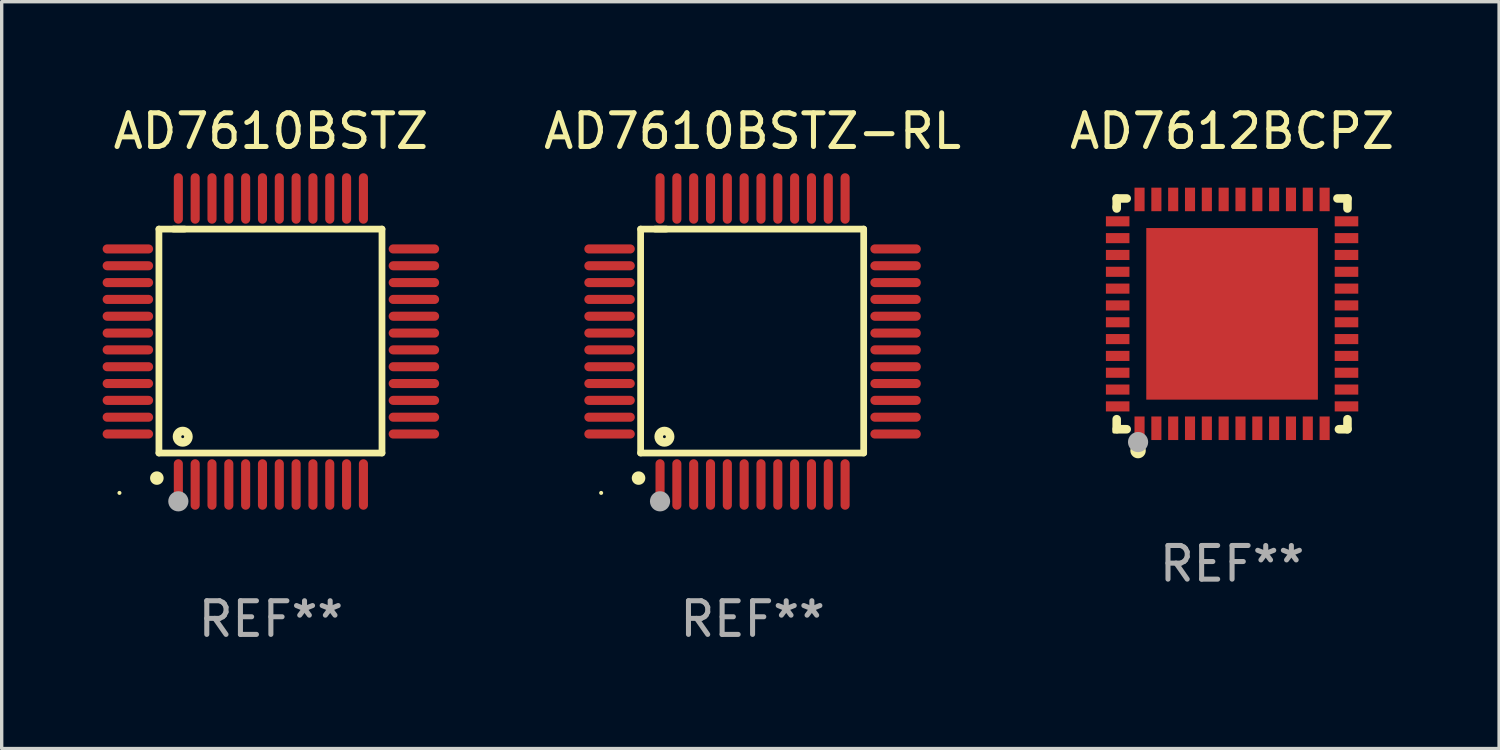
<source format=kicad_pcb>
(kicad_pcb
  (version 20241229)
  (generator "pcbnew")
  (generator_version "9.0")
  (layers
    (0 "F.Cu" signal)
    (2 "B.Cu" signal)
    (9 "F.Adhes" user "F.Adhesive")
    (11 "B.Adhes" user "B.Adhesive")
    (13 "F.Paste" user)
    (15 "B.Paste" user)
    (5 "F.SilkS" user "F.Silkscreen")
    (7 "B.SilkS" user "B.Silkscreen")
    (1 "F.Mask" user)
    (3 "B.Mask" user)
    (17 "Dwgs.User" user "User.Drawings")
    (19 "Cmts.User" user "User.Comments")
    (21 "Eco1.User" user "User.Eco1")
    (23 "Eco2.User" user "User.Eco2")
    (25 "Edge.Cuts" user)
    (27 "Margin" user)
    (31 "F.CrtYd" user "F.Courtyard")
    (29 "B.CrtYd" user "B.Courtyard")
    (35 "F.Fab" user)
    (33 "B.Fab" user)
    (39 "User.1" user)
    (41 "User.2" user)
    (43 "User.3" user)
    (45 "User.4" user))
  (footprint "AD7610BSTZ-RL"
    (layer "F.Cu")
    (at 19.315 7.098)
    (property "Reference" "AD7610BSTZ-RL" (at 0 -6.25 0) (layer "F.SilkS") (effects (font (size 1 1) (thickness 0.15))))
    (attr through_hole)
    (fp_line (start -3.327 -3.34) (end -2.565 -3.34) (stroke (width 0.2) (type solid)) (layer "F.SilkS"))
    (fp_line (start -3.327 3.315) (end -3.327 -3.34) (stroke (width 0.2) (type solid)) (layer "F.SilkS"))
    (fp_line (start -2.896 -3.34) (end 3.302 -3.34) (stroke (width 0.2) (type solid)) (layer "F.SilkS"))
    (fp_line (start 3.302 -3.34) (end 3.302 3.315) (stroke (width 0.2) (type solid)) (layer "F.SilkS"))
    (fp_line (start 3.302 3.315) (end -3.327 3.315) (stroke (width 0.2) (type solid)) (layer "F.SilkS"))
    (fp_arc (start -3.389992 4.059995) (mid -3.388722 4.059991) (end -3.387452 4.059995) (stroke (width 0.4) (type solid)) (layer "F.SilkS"))
    (fp_circle (center -4.5 4.5) (end -4.47 4.5) (stroke (width 0.06) (type solid)) (fill no) (layer "F.SilkS"))
    (fp_circle (center -2.62 2.83) (end -2.45 2.83) (stroke (width 0.254) (type solid)) (fill no) (layer "F.SilkS"))
    (fp_circle (center -2.75 4.75) (end -2.6 4.75) (stroke (width 0.3) (type solid)) (fill no) (layer "F.Fab"))
    (fp_text user "REF**" (at 0 8.25 0) (layer "F.Fab") (effects (font (size 1 1) (thickness 0.15))))
    (pad "1" smd oval (at -2.75 4.25) (size 0.27 1.5) (layers "F.Cu" "F.Mask" "F.Paste"))
    (pad "2" smd oval (at -2.25 4.25) (size 0.27 1.5) (layers "F.Cu" "F.Mask" "F.Paste"))
    (pad "3" smd oval (at -1.75 4.25) (size 0.27 1.5) (layers "F.Cu" "F.Mask" "F.Paste"))
    (pad "4" smd oval (at -1.25 4.25) (size 0.27 1.5) (layers "F.Cu" "F.Mask" "F.Paste"))
    (pad "5" smd oval (at -0.75 4.25) (size 0.27 1.5) (layers "F.Cu" "F.Mask" "F.Paste"))
    (pad "6" smd oval (at -0.25 4.25) (size 0.27 1.5) (layers "F.Cu" "F.Mask" "F.Paste"))
    (pad "7" smd oval (at 0.25 4.25) (size 0.27 1.5) (layers "F.Cu" "F.Mask" "F.Paste"))
    (pad "8" smd oval (at 0.75 4.25) (size 0.27 1.5) (layers "F.Cu" "F.Mask" "F.Paste"))
    (pad "9" smd oval (at 1.25 4.25) (size 0.27 1.5) (layers "F.Cu" "F.Mask" "F.Paste"))
    (pad "10" smd oval (at 1.75 4.25) (size 0.27 1.5) (layers "F.Cu" "F.Mask" "F.Paste"))
    (pad "11" smd oval (at 2.25 4.25) (size 0.27 1.5) (layers "F.Cu" "F.Mask" "F.Paste"))
    (pad "12" smd oval (at 2.75 4.25) (size 0.27 1.5) (layers "F.Cu" "F.Mask" "F.Paste"))
    (pad "13" smd oval (at 4.25 2.75) (size 1.5 0.27) (layers "F.Cu" "F.Mask" "F.Paste"))
    (pad "14" smd oval (at 4.25 2.25) (size 1.5 0.27) (layers "F.Cu" "F.Mask" "F.Paste"))
    (pad "15" smd oval (at 4.25 1.75) (size 1.5 0.27) (layers "F.Cu" "F.Mask" "F.Paste"))
    (pad "16" smd oval (at 4.25 1.25) (size 1.5 0.27) (layers "F.Cu" "F.Mask" "F.Paste"))
    (pad "17" smd oval (at 4.25 0.75) (size 1.5 0.27) (layers "F.Cu" "F.Mask" "F.Paste"))
    (pad "18" smd oval (at 4.25 0.25) (size 1.5 0.27) (layers "F.Cu" "F.Mask" "F.Paste"))
    (pad "19" smd oval (at 4.25 -0.25) (size 1.5 0.27) (layers "F.Cu" "F.Mask" "F.Paste"))
    (pad "20" smd oval (at 4.25 -0.75) (size 1.5 0.27) (layers "F.Cu" "F.Mask" "F.Paste"))
    (pad "21" smd oval (at 4.25 -1.25) (size 1.5 0.27) (layers "F.Cu" "F.Mask" "F.Paste"))
    (pad "22" smd oval (at 4.25 -1.75) (size 1.5 0.27) (layers "F.Cu" "F.Mask" "F.Paste"))
    (pad "23" smd oval (at 4.25 -2.25) (size 1.5 0.27) (layers "F.Cu" "F.Mask" "F.Paste"))
    (pad "24" smd oval (at 4.25 -2.75) (size 1.5 0.27) (layers "F.Cu" "F.Mask" "F.Paste"))
    (pad "25" smd oval (at 2.75 -4.25) (size 0.27 1.5) (layers "F.Cu" "F.Mask" "F.Paste"))
    (pad "26" smd oval (at 2.25 -4.25) (size 0.27 1.5) (layers "F.Cu" "F.Mask" "F.Paste"))
    (pad "27" smd oval (at 1.75 -4.25) (size 0.27 1.5) (layers "F.Cu" "F.Mask" "F.Paste"))
    (pad "28" smd oval (at 1.25 -4.25) (size 0.27 1.5) (layers "F.Cu" "F.Mask" "F.Paste"))
    (pad "29" smd oval (at 0.75 -4.25) (size 0.27 1.5) (layers "F.Cu" "F.Mask" "F.Paste"))
    (pad "30" smd oval (at 0.25 -4.25) (size 0.27 1.5) (layers "F.Cu" "F.Mask" "F.Paste"))
    (pad "31" smd oval (at -0.25 -4.25) (size 0.27 1.5) (layers "F.Cu" "F.Mask" "F.Paste"))
    (pad "32" smd oval (at -0.75 -4.25) (size 0.27 1.5) (layers "F.Cu" "F.Mask" "F.Paste"))
    (pad "33" smd oval (at -1.25 -4.25) (size 0.27 1.5) (layers "F.Cu" "F.Mask" "F.Paste"))
    (pad "34" smd oval (at -1.75 -4.25) (size 0.27 1.5) (layers "F.Cu" "F.Mask" "F.Paste"))
    (pad "35" smd oval (at -2.25 -4.25) (size 0.27 1.5) (layers "F.Cu" "F.Mask" "F.Paste"))
    (pad "36" smd oval (at -2.75 -4.25) (size 0.27 1.5) (layers "F.Cu" "F.Mask" "F.Paste"))
    (pad "37" smd oval (at -4.25 -2.75) (size 1.5 0.27) (layers "F.Cu" "F.Mask" "F.Paste"))
    (pad "38" smd oval (at -4.25 -2.25) (size 1.5 0.27) (layers "F.Cu" "F.Mask" "F.Paste"))
    (pad "39" smd oval (at -4.25 -1.75) (size 1.5 0.27) (layers "F.Cu" "F.Mask" "F.Paste"))
    (pad "40" smd oval (at -4.25 -1.25) (size 1.5 0.27) (layers "F.Cu" "F.Mask" "F.Paste"))
    (pad "41" smd oval (at -4.25 -0.75) (size 1.5 0.27) (layers "F.Cu" "F.Mask" "F.Paste"))
    (pad "42" smd oval (at -4.25 -0.25) (size 1.5 0.27) (layers "F.Cu" "F.Mask" "F.Paste"))
    (pad "43" smd oval (at -4.25 0.25) (size 1.5 0.27) (layers "F.Cu" "F.Mask" "F.Paste"))
    (pad "44" smd oval (at -4.25 0.75) (size 1.5 0.27) (layers "F.Cu" "F.Mask" "F.Paste"))
    (pad "45" smd oval (at -4.25 1.25) (size 1.5 0.27) (layers "F.Cu" "F.Mask" "F.Paste"))
    (pad "46" smd oval (at -4.25 1.75) (size 1.5 0.27) (layers "F.Cu" "F.Mask" "F.Paste"))
    (pad "47" smd oval (at -4.25 2.25) (size 1.5 0.27) (layers "F.Cu" "F.Mask" "F.Paste"))
    (pad "48" smd oval (at -4.25 2.75) (size 1.5 0.27) (layers "F.Cu" "F.Mask" "F.Paste")))
  (footprint "AD7612BCPZ"
    (layer "F.Cu")
    (at 33.565 6.277)
    (property "Reference" "AD7612BCPZ" (at 0 -5.429 0) (layer "F.SilkS") (effects (font (size 1 1) (thickness 0.15))))
    (attr through_hole)
    (fp_line (start -3.429 -3.429) (end -3.429 -3.175) (stroke (width 0.254) (type solid)) (layer "F.SilkS"))
    (fp_line (start -3.429 -3.175) (end -3.429 -3.131) (stroke (width 0.254) (type solid)) (layer "F.SilkS"))
    (fp_line (start -3.429 3.131) (end -3.429 3.429) (stroke (width 0.254) (type solid)) (layer "F.SilkS"))
    (fp_line (start -3.429 3.429) (end -3.131 3.429) (stroke (width 0.254) (type solid)) (layer "F.SilkS"))
    (fp_line (start -3.131 -3.429) (end -3.429 -3.429) (stroke (width 0.254) (type solid)) (layer "F.SilkS"))
    (fp_line (start 3.131 -3.429) (end 3.429 -3.429) (stroke (width 0.254) (type solid)) (layer "F.SilkS"))
    (fp_line (start 3.429 -3.429) (end 3.429 -3.131) (stroke (width 0.254) (type solid)) (layer "F.SilkS"))
    (fp_line (start 3.429 3.131) (end 3.429 3.429) (stroke (width 0.254) (type solid)) (layer "F.SilkS"))
    (fp_line (start 3.429 3.429) (end 3.175 3.429) (stroke (width 0.254) (type solid)) (layer "F.SilkS"))
    (fp_circle (center -3.5 3.5) (end -3.47 3.5) (stroke (width 0.06) (type solid)) (fill no) (layer "F.SilkS"))
    (fp_circle (center -2.794 4.064) (end -2.667 4.064) (stroke (width 0.204) (type solid)) (fill no) (layer "F.SilkS"))
    (fp_circle (center -2.794 3.81) (end -2.644 3.81) (stroke (width 0.3) (type solid)) (fill no) (layer "F.Fab"))
    (fp_text user "REF**" (at 0 7.429 0) (layer "F.Fab") (effects (font (size 1 1) (thickness 0.15))))
    (pad "1" smd rect (at -2.75 3.4) (size 0.3 0.7) (layers "F.Cu" "F.Mask" "F.Paste"))
    (pad "2" smd rect (at -2.25 3.4) (size 0.3 0.7) (layers "F.Cu" "F.Mask" "F.Paste"))
    (pad "3" smd rect (at -1.75 3.4) (size 0.3 0.7) (layers "F.Cu" "F.Mask" "F.Paste"))
    (pad "4" smd rect (at -1.25 3.4) (size 0.3 0.7) (layers "F.Cu" "F.Mask" "F.Paste"))
    (pad "5" smd rect (at -0.75 3.4) (size 0.3 0.7) (layers "F.Cu" "F.Mask" "F.Paste"))
    (pad "6" smd rect (at -0.25 3.4) (size 0.3 0.7) (layers "F.Cu" "F.Mask" "F.Paste"))
    (pad "7" smd rect (at 0.25 3.4) (size 0.3 0.7) (layers "F.Cu" "F.Mask" "F.Paste"))
    (pad "8" smd rect (at 0.75 3.4) (size 0.3 0.7) (layers "F.Cu" "F.Mask" "F.Paste"))
    (pad "9" smd rect (at 1.25 3.4) (size 0.3 0.7) (layers "F.Cu" "F.Mask" "F.Paste"))
    (pad "10" smd rect (at 1.75 3.4) (size 0.3 0.7) (layers "F.Cu" "F.Mask" "F.Paste"))
    (pad "11" smd rect (at 2.25 3.4) (size 0.3 0.7) (layers "F.Cu" "F.Mask" "F.Paste"))
    (pad "12" smd rect (at 2.75 3.4) (size 0.3 0.7) (layers "F.Cu" "F.Mask" "F.Paste"))
    (pad "13" smd rect (at 3.4 2.75) (size 0.7 0.3) (layers "F.Cu" "F.Mask" "F.Paste"))
    (pad "14" smd rect (at 3.4 2.25) (size 0.7 0.3) (layers "F.Cu" "F.Mask" "F.Paste"))
    (pad "15" smd rect (at 3.4 1.75) (size 0.7 0.3) (layers "F.Cu" "F.Mask" "F.Paste"))
    (pad "16" smd rect (at 3.4 1.25) (size 0.7 0.3) (layers "F.Cu" "F.Mask" "F.Paste"))
    (pad "17" smd rect (at 3.4 0.75) (size 0.7 0.3) (layers "F.Cu" "F.Mask" "F.Paste"))
    (pad "18" smd rect (at 3.4 0.25) (size 0.7 0.3) (layers "F.Cu" "F.Mask" "F.Paste"))
    (pad "19" smd rect (at 3.4 -0.25) (size 0.7 0.3) (layers "F.Cu" "F.Mask" "F.Paste"))
    (pad "20" smd rect (at 3.4 -0.75) (size 0.7 0.3) (layers "F.Cu" "F.Mask" "F.Paste"))
    (pad "21" smd rect (at 3.4 -1.25) (size 0.7 0.3) (layers "F.Cu" "F.Mask" "F.Paste"))
    (pad "22" smd rect (at 3.4 -1.75) (size 0.7 0.3) (layers "F.Cu" "F.Mask" "F.Paste"))
    (pad "23" smd rect (at 3.4 -2.25) (size 0.7 0.3) (layers "F.Cu" "F.Mask" "F.Paste"))
    (pad "24" smd rect (at 3.4 -2.75) (size 0.7 0.3) (layers "F.Cu" "F.Mask" "F.Paste"))
    (pad "25" smd rect (at 2.75 -3.4) (size 0.3 0.7) (layers "F.Cu" "F.Mask" "F.Paste"))
    (pad "26" smd rect (at 2.25 -3.4) (size 0.3 0.7) (layers "F.Cu" "F.Mask" "F.Paste"))
    (pad "27" smd rect (at 1.75 -3.4) (size 0.3 0.7) (layers "F.Cu" "F.Mask" "F.Paste"))
    (pad "28" smd rect (at 1.25 -3.4) (size 0.3 0.7) (layers "F.Cu" "F.Mask" "F.Paste"))
    (pad "29" smd rect (at 0.75 -3.4) (size 0.3 0.7) (layers "F.Cu" "F.Mask" "F.Paste"))
    (pad "30" smd rect (at 0.25 -3.4) (size 0.3 0.7) (layers "F.Cu" "F.Mask" "F.Paste"))
    (pad "31" smd rect (at -0.25 -3.4) (size 0.3 0.7) (layers "F.Cu" "F.Mask" "F.Paste"))
    (pad "32" smd rect (at -0.75 -3.4) (size 0.3 0.7) (layers "F.Cu" "F.Mask" "F.Paste"))
    (pad "33" smd rect (at -1.25 -3.4) (size 0.3 0.7) (layers "F.Cu" "F.Mask" "F.Paste"))
    (pad "34" smd rect (at -1.75 -3.4) (size 0.3 0.7) (layers "F.Cu" "F.Mask" "F.Paste"))
    (pad "35" smd rect (at -2.25 -3.4) (size 0.3 0.7) (layers "F.Cu" "F.Mask" "F.Paste"))
    (pad "36" smd rect (at -2.75 -3.4) (size 0.3 0.7) (layers "F.Cu" "F.Mask" "F.Paste"))
    (pad "37" smd rect (at -3.4 -2.75) (size 0.7 0.3) (layers "F.Cu" "F.Mask" "F.Paste"))
    (pad "38" smd rect (at -3.4 -2.25) (size 0.7 0.3) (layers "F.Cu" "F.Mask" "F.Paste"))
    (pad "39" smd rect (at -3.4 -1.75) (size 0.7 0.3) (layers "F.Cu" "F.Mask" "F.Paste"))
    (pad "40" smd rect (at -3.4 -1.25) (size 0.7 0.3) (layers "F.Cu" "F.Mask" "F.Paste"))
    (pad "41" smd rect (at -3.4 -0.75) (size 0.7 0.3) (layers "F.Cu" "F.Mask" "F.Paste"))
    (pad "42" smd rect (at -3.4 -0.25) (size 0.7 0.3) (layers "F.Cu" "F.Mask" "F.Paste"))
    (pad "43" smd rect (at -3.4 0.25) (size 0.7 0.3) (layers "F.Cu" "F.Mask" "F.Paste"))
    (pad "44" smd rect (at -3.4 0.75) (size 0.7 0.3) (layers "F.Cu" "F.Mask" "F.Paste"))
    (pad "45" smd rect (at -3.4 1.25) (size 0.7 0.3) (layers "F.Cu" "F.Mask" "F.Paste"))
    (pad "46" smd rect (at -3.4 1.75) (size 0.7 0.3) (layers "F.Cu" "F.Mask" "F.Paste"))
    (pad "47" smd rect (at -3.4 2.25) (size 0.7 0.3) (layers "F.Cu" "F.Mask" "F.Paste"))
    (pad "48" smd rect (at -3.4 2.75) (size 0.7 0.3) (layers "F.Cu" "F.Mask" "F.Paste"))
    (pad "49" smd rect (at 0 0) (size 5.1 5.1) (layers "F.Cu" "F.Mask" "F.Paste")))
  (footprint "AD7610BSTZ"
    (layer "F.Cu")
    (at 5 7.098)
    (property "Reference" "AD7610BSTZ" (at 0 -6.25 0) (layer "F.SilkS") (effects (font (size 1 1) (thickness 0.15))))
    (attr through_hole)
    (fp_line (start -3.327 -3.34) (end -2.565 -3.34) (stroke (width 0.2) (type solid)) (layer "F.SilkS"))
    (fp_line (start -3.327 3.315) (end -3.327 -3.34) (stroke (width 0.2) (type solid)) (layer "F.SilkS"))
    (fp_line (start -2.896 -3.34) (end 3.302 -3.34) (stroke (width 0.2) (type solid)) (layer "F.SilkS"))
    (fp_line (start 3.302 -3.34) (end 3.302 3.315) (stroke (width 0.2) (type solid)) (layer "F.SilkS"))
    (fp_line (start 3.302 3.315) (end -3.327 3.315) (stroke (width 0.2) (type solid)) (layer "F.SilkS"))
    (fp_arc (start -3.389992 4.059995) (mid -3.388722 4.059991) (end -3.387452 4.059995) (stroke (width 0.4) (type solid)) (layer "F.SilkS"))
    (fp_circle (center -4.5 4.5) (end -4.47 4.5) (stroke (width 0.06) (type solid)) (fill no) (layer "F.SilkS"))
    (fp_circle (center -2.62 2.83) (end -2.45 2.83) (stroke (width 0.254) (type solid)) (fill no) (layer "F.SilkS"))
    (fp_circle (center -2.75 4.75) (end -2.6 4.75) (stroke (width 0.3) (type solid)) (fill no) (layer "F.Fab"))
    (fp_text user "REF**" (at 0 8.25 0) (layer "F.Fab") (effects (font (size 1 1) (thickness 0.15))))
    (pad "1" smd oval (at -2.75 4.25) (size 0.27 1.5) (layers "F.Cu" "F.Mask" "F.Paste"))
    (pad "2" smd oval (at -2.25 4.25) (size 0.27 1.5) (layers "F.Cu" "F.Mask" "F.Paste"))
    (pad "3" smd oval (at -1.75 4.25) (size 0.27 1.5) (layers "F.Cu" "F.Mask" "F.Paste"))
    (pad "4" smd oval (at -1.25 4.25) (size 0.27 1.5) (layers "F.Cu" "F.Mask" "F.Paste"))
    (pad "5" smd oval (at -0.75 4.25) (size 0.27 1.5) (layers "F.Cu" "F.Mask" "F.Paste"))
    (pad "6" smd oval (at -0.25 4.25) (size 0.27 1.5) (layers "F.Cu" "F.Mask" "F.Paste"))
    (pad "7" smd oval (at 0.25 4.25) (size 0.27 1.5) (layers "F.Cu" "F.Mask" "F.Paste"))
    (pad "8" smd oval (at 0.75 4.25) (size 0.27 1.5) (layers "F.Cu" "F.Mask" "F.Paste"))
    (pad "9" smd oval (at 1.25 4.25) (size 0.27 1.5) (layers "F.Cu" "F.Mask" "F.Paste"))
    (pad "10" smd oval (at 1.75 4.25) (size 0.27 1.5) (layers "F.Cu" "F.Mask" "F.Paste"))
    (pad "11" smd oval (at 2.25 4.25) (size 0.27 1.5) (layers "F.Cu" "F.Mask" "F.Paste"))
    (pad "12" smd oval (at 2.75 4.25) (size 0.27 1.5) (layers "F.Cu" "F.Mask" "F.Paste"))
    (pad "13" smd oval (at 4.25 2.75) (size 1.5 0.27) (layers "F.Cu" "F.Mask" "F.Paste"))
    (pad "14" smd oval (at 4.25 2.25) (size 1.5 0.27) (layers "F.Cu" "F.Mask" "F.Paste"))
    (pad "15" smd oval (at 4.25 1.75) (size 1.5 0.27) (layers "F.Cu" "F.Mask" "F.Paste"))
    (pad "16" smd oval (at 4.25 1.25) (size 1.5 0.27) (layers "F.Cu" "F.Mask" "F.Paste"))
    (pad "17" smd oval (at 4.25 0.75) (size 1.5 0.27) (layers "F.Cu" "F.Mask" "F.Paste"))
    (pad "18" smd oval (at 4.25 0.25) (size 1.5 0.27) (layers "F.Cu" "F.Mask" "F.Paste"))
    (pad "19" smd oval (at 4.25 -0.25) (size 1.5 0.27) (layers "F.Cu" "F.Mask" "F.Paste"))
    (pad "20" smd oval (at 4.25 -0.75) (size 1.5 0.27) (layers "F.Cu" "F.Mask" "F.Paste"))
    (pad "21" smd oval (at 4.25 -1.25) (size 1.5 0.27) (layers "F.Cu" "F.Mask" "F.Paste"))
    (pad "22" smd oval (at 4.25 -1.75) (size 1.5 0.27) (layers "F.Cu" "F.Mask" "F.Paste"))
    (pad "23" smd oval (at 4.25 -2.25) (size 1.5 0.27) (layers "F.Cu" "F.Mask" "F.Paste"))
    (pad "24" smd oval (at 4.25 -2.75) (size 1.5 0.27) (layers "F.Cu" "F.Mask" "F.Paste"))
    (pad "25" smd oval (at 2.75 -4.25) (size 0.27 1.5) (layers "F.Cu" "F.Mask" "F.Paste"))
    (pad "26" smd oval (at 2.25 -4.25) (size 0.27 1.5) (layers "F.Cu" "F.Mask" "F.Paste"))
    (pad "27" smd oval (at 1.75 -4.25) (size 0.27 1.5) (layers "F.Cu" "F.Mask" "F.Paste"))
    (pad "28" smd oval (at 1.25 -4.25) (size 0.27 1.5) (layers "F.Cu" "F.Mask" "F.Paste"))
    (pad "29" smd oval (at 0.75 -4.25) (size 0.27 1.5) (layers "F.Cu" "F.Mask" "F.Paste"))
    (pad "30" smd oval (at 0.25 -4.25) (size 0.27 1.5) (layers "F.Cu" "F.Mask" "F.Paste"))
    (pad "31" smd oval (at -0.25 -4.25) (size 0.27 1.5) (layers "F.Cu" "F.Mask" "F.Paste"))
    (pad "32" smd oval (at -0.75 -4.25) (size 0.27 1.5) (layers "F.Cu" "F.Mask" "F.Paste"))
    (pad "33" smd oval (at -1.25 -4.25) (size 0.27 1.5) (layers "F.Cu" "F.Mask" "F.Paste"))
    (pad "34" smd oval (at -1.75 -4.25) (size 0.27 1.5) (layers "F.Cu" "F.Mask" "F.Paste"))
    (pad "35" smd oval (at -2.25 -4.25) (size 0.27 1.5) (layers "F.Cu" "F.Mask" "F.Paste"))
    (pad "36" smd oval (at -2.75 -4.25) (size 0.27 1.5) (layers "F.Cu" "F.Mask" "F.Paste"))
    (pad "37" smd oval (at -4.25 -2.75) (size 1.5 0.27) (layers "F.Cu" "F.Mask" "F.Paste"))
    (pad "38" smd oval (at -4.25 -2.25) (size 1.5 0.27) (layers "F.Cu" "F.Mask" "F.Paste"))
    (pad "39" smd oval (at -4.25 -1.75) (size 1.5 0.27) (layers "F.Cu" "F.Mask" "F.Paste"))
    (pad "40" smd oval (at -4.25 -1.25) (size 1.5 0.27) (layers "F.Cu" "F.Mask" "F.Paste"))
    (pad "41" smd oval (at -4.25 -0.75) (size 1.5 0.27) (layers "F.Cu" "F.Mask" "F.Paste"))
    (pad "42" smd oval (at -4.25 -0.25) (size 1.5 0.27) (layers "F.Cu" "F.Mask" "F.Paste"))
    (pad "43" smd oval (at -4.25 0.25) (size 1.5 0.27) (layers "F.Cu" "F.Mask" "F.Paste"))
    (pad "44" smd oval (at -4.25 0.75) (size 1.5 0.27) (layers "F.Cu" "F.Mask" "F.Paste"))
    (pad "45" smd oval (at -4.25 1.25) (size 1.5 0.27) (layers "F.Cu" "F.Mask" "F.Paste"))
    (pad "46" smd oval (at -4.25 1.75) (size 1.5 0.27) (layers "F.Cu" "F.Mask" "F.Paste"))
    (pad "47" smd oval (at -4.25 2.25) (size 1.5 0.27) (layers "F.Cu" "F.Mask" "F.Paste"))
    (pad "48" smd oval (at -4.25 2.75) (size 1.5 0.27) (layers "F.Cu" "F.Mask" "F.Paste")))
  (gr_rect
    (start -3 -3)
    (end 41.5 19.196)
    (stroke (width 0.1) (type default))
    (fill no)
    (layer "Edge.Cuts")))
</source>
